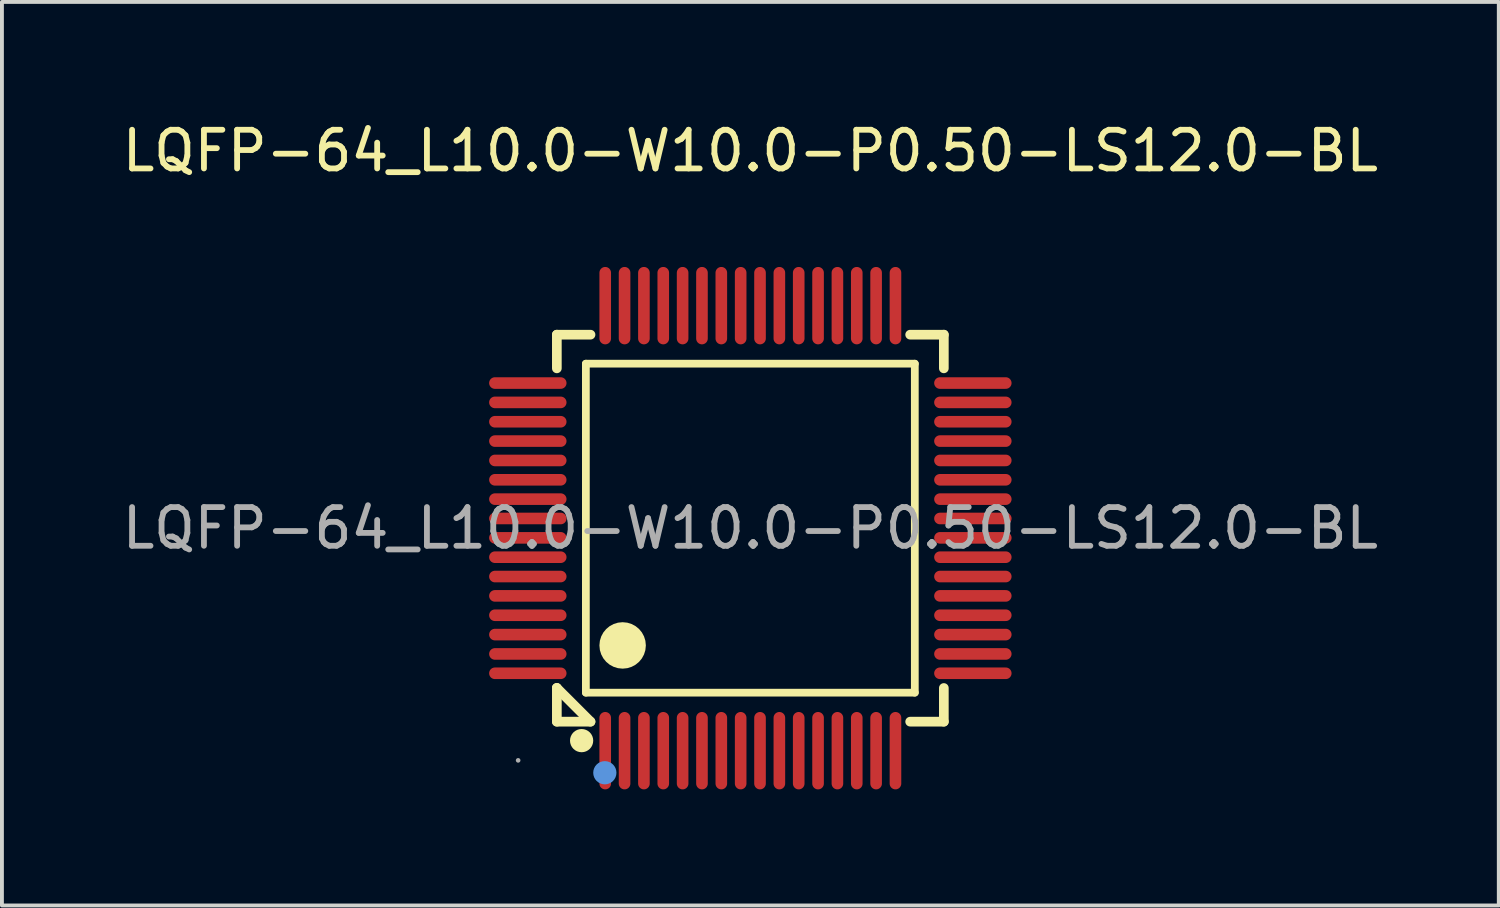
<source format=kicad_pcb>
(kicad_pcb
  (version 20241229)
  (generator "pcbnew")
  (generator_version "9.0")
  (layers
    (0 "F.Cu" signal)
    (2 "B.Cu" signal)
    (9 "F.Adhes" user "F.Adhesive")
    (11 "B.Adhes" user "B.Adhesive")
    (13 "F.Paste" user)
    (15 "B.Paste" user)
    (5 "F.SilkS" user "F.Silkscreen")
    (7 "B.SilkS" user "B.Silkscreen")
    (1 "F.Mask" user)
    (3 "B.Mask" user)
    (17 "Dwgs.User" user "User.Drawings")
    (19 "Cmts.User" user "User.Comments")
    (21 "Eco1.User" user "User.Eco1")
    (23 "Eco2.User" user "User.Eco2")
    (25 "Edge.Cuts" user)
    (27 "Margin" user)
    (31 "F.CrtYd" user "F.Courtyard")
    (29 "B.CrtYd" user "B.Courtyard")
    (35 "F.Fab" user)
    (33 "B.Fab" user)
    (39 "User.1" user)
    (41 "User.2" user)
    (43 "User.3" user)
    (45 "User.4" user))
  (footprint "LQFP-64_L10.0-W10.0-P0.50-LS12.0-BL"
    (layer "F.Cu")
    (at 16.339 10.598)
    (property "Reference" "LQFP-64_L10.0-W10.0-P0.50-LS12.0-BL" (at 0 -9.75 0) (layer "F.SilkS") (effects (font (size 1 1) (thickness 0.15))))
    (attr smd)
    (fp_line (start -5 -5) (end -4.13 -5) (stroke (width 0.25) (type solid)) (layer "F.SilkS"))
    (fp_line (start -5 -4.13) (end -5 -5) (stroke (width 0.25) (type solid)) (layer "F.SilkS"))
    (fp_line (start -5 4.13) (end -5 4.13) (stroke (width 0.25) (type solid)) (layer "F.SilkS"))
    (fp_line (start -5 4.13) (end -4.13 5) (stroke (width 0.25) (type solid)) (layer "F.SilkS"))
    (fp_line (start -5 5) (end -5 4.13) (stroke (width 0.25) (type solid)) (layer "F.SilkS"))
    (fp_line (start -4.25 -4.25) (end -4.25 4.25) (stroke (width 0.2) (type solid)) (layer "F.SilkS"))
    (fp_line (start -4.25 4.25) (end 4.25 4.25) (stroke (width 0.2) (type solid)) (layer "F.SilkS"))
    (fp_line (start -4.13 5) (end -5 5) (stroke (width 0.25) (type solid)) (layer "F.SilkS"))
    (fp_line (start 4.25 -4.25) (end -4.25 -4.25) (stroke (width 0.2) (type solid)) (layer "F.SilkS"))
    (fp_line (start 4.25 4.25) (end 4.25 -4.25) (stroke (width 0.2) (type solid)) (layer "F.SilkS"))
    (fp_line (start 5 -5) (end 4.13 -5) (stroke (width 0.25) (type solid)) (layer "F.SilkS"))
    (fp_line (start 5 -5) (end 5 -4.13) (stroke (width 0.25) (type solid)) (layer "F.SilkS"))
    (fp_line (start 5 4.13) (end 5 5) (stroke (width 0.25) (type solid)) (layer "F.SilkS"))
    (fp_line (start 5 5) (end 4.13 5) (stroke (width 0.25) (type solid)) (layer "F.SilkS"))
    (fp_arc (start -4.36 5.49) (mid -4.36 5.49) (end -4.36 5.49) (stroke (width 0.3) (type solid)) (layer "F.SilkS"))
    (fp_arc (start -3.3 3.03) (mid -3.3 3.03) (end -3.3 3.03) (stroke (width 0.6) (type solid)) (layer "F.SilkS"))
    (fp_circle (center -3.76 6.32) (end -3.61 6.32) (stroke (width 0.3) (type solid)) (fill no) (layer "Cmts.User"))
    (fp_circle (center -6 6) (end -5.97 6) (stroke (width 0.06) (type solid)) (fill no) (layer "F.Fab"))
    (fp_text user "${REFERENCE}" (at 0 0 0) (layer "F.Fab") (effects (font (size 1 1) (thickness 0.15))))
    (pad "1" smd oval (at -3.75 5.75) (size 0.3 2) (layers "F.Cu" "F.Mask" "F.Paste"))
    (pad "2" smd oval (at -3.25 5.75) (size 0.3 2) (layers "F.Cu" "F.Mask" "F.Paste"))
    (pad "3" smd oval (at -2.75 5.75) (size 0.3 2) (layers "F.Cu" "F.Mask" "F.Paste"))
    (pad "4" smd oval (at -2.25 5.75) (size 0.3 2) (layers "F.Cu" "F.Mask" "F.Paste"))
    (pad "5" smd oval (at -1.75 5.75) (size 0.3 2) (layers "F.Cu" "F.Mask" "F.Paste"))
    (pad "6" smd oval (at -1.25 5.75) (size 0.3 2) (layers "F.Cu" "F.Mask" "F.Paste"))
    (pad "7" smd oval (at -0.75 5.75) (size 0.3 2) (layers "F.Cu" "F.Mask" "F.Paste"))
    (pad "8" smd oval (at -0.25 5.75) (size 0.3 2) (layers "F.Cu" "F.Mask" "F.Paste"))
    (pad "9" smd oval (at 0.25 5.75) (size 0.3 2) (layers "F.Cu" "F.Mask" "F.Paste"))
    (pad "10" smd oval (at 0.75 5.75) (size 0.3 2) (layers "F.Cu" "F.Mask" "F.Paste"))
    (pad "11" smd oval (at 1.25 5.75) (size 0.3 2) (layers "F.Cu" "F.Mask" "F.Paste"))
    (pad "12" smd oval (at 1.75 5.75) (size 0.3 2) (layers "F.Cu" "F.Mask" "F.Paste"))
    (pad "13" smd oval (at 2.25 5.75) (size 0.3 2) (layers "F.Cu" "F.Mask" "F.Paste"))
    (pad "14" smd oval (at 2.75 5.75) (size 0.3 2) (layers "F.Cu" "F.Mask" "F.Paste"))
    (pad "15" smd oval (at 3.25 5.75) (size 0.3 2) (layers "F.Cu" "F.Mask" "F.Paste"))
    (pad "16" smd oval (at 3.75 5.75) (size 0.3 2) (layers "F.Cu" "F.Mask" "F.Paste"))
    (pad "17" smd oval (at 5.75 3.75) (size 2 0.3) (layers "F.Cu" "F.Mask" "F.Paste"))
    (pad "18" smd oval (at 5.75 3.25) (size 2 0.3) (layers "F.Cu" "F.Mask" "F.Paste"))
    (pad "19" smd oval (at 5.75 2.75) (size 2 0.3) (layers "F.Cu" "F.Mask" "F.Paste"))
    (pad "20" smd oval (at 5.75 2.25) (size 2 0.3) (layers "F.Cu" "F.Mask" "F.Paste"))
    (pad "21" smd oval (at 5.75 1.75) (size 2 0.3) (layers "F.Cu" "F.Mask" "F.Paste"))
    (pad "22" smd oval (at 5.75 1.25) (size 2 0.3) (layers "F.Cu" "F.Mask" "F.Paste"))
    (pad "23" smd oval (at 5.75 0.75) (size 2 0.3) (layers "F.Cu" "F.Mask" "F.Paste"))
    (pad "24" smd oval (at 5.75 0.25) (size 2 0.3) (layers "F.Cu" "F.Mask" "F.Paste"))
    (pad "25" smd oval (at 5.75 -0.25) (size 2 0.3) (layers "F.Cu" "F.Mask" "F.Paste"))
    (pad "26" smd oval (at 5.75 -0.75) (size 2 0.3) (layers "F.Cu" "F.Mask" "F.Paste"))
    (pad "27" smd oval (at 5.75 -1.25) (size 2 0.3) (layers "F.Cu" "F.Mask" "F.Paste"))
    (pad "28" smd oval (at 5.75 -1.75) (size 2 0.3) (layers "F.Cu" "F.Mask" "F.Paste"))
    (pad "29" smd oval (at 5.75 -2.25) (size 2 0.3) (layers "F.Cu" "F.Mask" "F.Paste"))
    (pad "30" smd oval (at 5.75 -2.75) (size 2 0.3) (layers "F.Cu" "F.Mask" "F.Paste"))
    (pad "31" smd oval (at 5.75 -3.25) (size 2 0.3) (layers "F.Cu" "F.Mask" "F.Paste"))
    (pad "32" smd oval (at 5.75 -3.75) (size 2 0.3) (layers "F.Cu" "F.Mask" "F.Paste"))
    (pad "33" smd oval (at 3.75 -5.75) (size 0.3 2) (layers "F.Cu" "F.Mask" "F.Paste"))
    (pad "34" smd oval (at 3.25 -5.75) (size 0.3 2) (layers "F.Cu" "F.Mask" "F.Paste"))
    (pad "35" smd oval (at 2.75 -5.75) (size 0.3 2) (layers "F.Cu" "F.Mask" "F.Paste"))
    (pad "36" smd oval (at 2.25 -5.75) (size 0.3 2) (layers "F.Cu" "F.Mask" "F.Paste"))
    (pad "37" smd oval (at 1.75 -5.75) (size 0.3 2) (layers "F.Cu" "F.Mask" "F.Paste"))
    (pad "38" smd oval (at 1.25 -5.75) (size 0.3 2) (layers "F.Cu" "F.Mask" "F.Paste"))
    (pad "39" smd oval (at 0.75 -5.75) (size 0.3 2) (layers "F.Cu" "F.Mask" "F.Paste"))
    (pad "40" smd oval (at 0.25 -5.75) (size 0.3 2) (layers "F.Cu" "F.Mask" "F.Paste"))
    (pad "41" smd oval (at -0.25 -5.75) (size 0.3 2) (layers "F.Cu" "F.Mask" "F.Paste"))
    (pad "42" smd oval (at -0.75 -5.75) (size 0.3 2) (layers "F.Cu" "F.Mask" "F.Paste"))
    (pad "43" smd oval (at -1.25 -5.75) (size 0.3 2) (layers "F.Cu" "F.Mask" "F.Paste"))
    (pad "44" smd oval (at -1.75 -5.75) (size 0.3 2) (layers "F.Cu" "F.Mask" "F.Paste"))
    (pad "45" smd oval (at -2.25 -5.75) (size 0.3 2) (layers "F.Cu" "F.Mask" "F.Paste"))
    (pad "46" smd oval (at -2.75 -5.75) (size 0.3 2) (layers "F.Cu" "F.Mask" "F.Paste"))
    (pad "47" smd oval (at -3.25 -5.75) (size 0.3 2) (layers "F.Cu" "F.Mask" "F.Paste"))
    (pad "48" smd oval (at -3.75 -5.75) (size 0.3 2) (layers "F.Cu" "F.Mask" "F.Paste"))
    (pad "49" smd oval (at -5.75 -3.75) (size 2 0.3) (layers "F.Cu" "F.Mask" "F.Paste"))
    (pad "50" smd oval (at -5.75 -3.25) (size 2 0.3) (layers "F.Cu" "F.Mask" "F.Paste"))
    (pad "51" smd oval (at -5.75 -2.75) (size 2 0.3) (layers "F.Cu" "F.Mask" "F.Paste"))
    (pad "52" smd oval (at -5.75 -2.25) (size 2 0.3) (layers "F.Cu" "F.Mask" "F.Paste"))
    (pad "53" smd oval (at -5.75 -1.75) (size 2 0.3) (layers "F.Cu" "F.Mask" "F.Paste"))
    (pad "54" smd oval (at -5.75 -1.25) (size 2 0.3) (layers "F.Cu" "F.Mask" "F.Paste"))
    (pad "55" smd oval (at -5.75 -0.75) (size 2 0.3) (layers "F.Cu" "F.Mask" "F.Paste"))
    (pad "56" smd oval (at -5.75 -0.25) (size 2 0.3) (layers "F.Cu" "F.Mask" "F.Paste"))
    (pad "57" smd oval (at -5.75 0.25) (size 2 0.3) (layers "F.Cu" "F.Mask" "F.Paste"))
    (pad "58" smd oval (at -5.75 0.75) (size 2 0.3) (layers "F.Cu" "F.Mask" "F.Paste"))
    (pad "59" smd oval (at -5.75 1.25) (size 2 0.3) (layers "F.Cu" "F.Mask" "F.Paste"))
    (pad "60" smd oval (at -5.75 1.75) (size 2 0.3) (layers "F.Cu" "F.Mask" "F.Paste"))
    (pad "61" smd oval (at -5.75 2.25) (size 2 0.3) (layers "F.Cu" "F.Mask" "F.Paste"))
    (pad "62" smd oval (at -5.75 2.75) (size 2 0.3) (layers "F.Cu" "F.Mask" "F.Paste"))
    (pad "63" smd oval (at -5.75 3.25) (size 2 0.3) (layers "F.Cu" "F.Mask" "F.Paste"))
    (pad "64" smd oval (at -5.75 3.75) (size 2 0.3) (layers "F.Cu" "F.Mask" "F.Paste")))
  (gr_rect
    (start -3 -3)
    (end 35.679 20.348)
    (stroke (width 0.1) (type default))
    (fill no)
    (layer "Edge.Cuts")))
</source>
